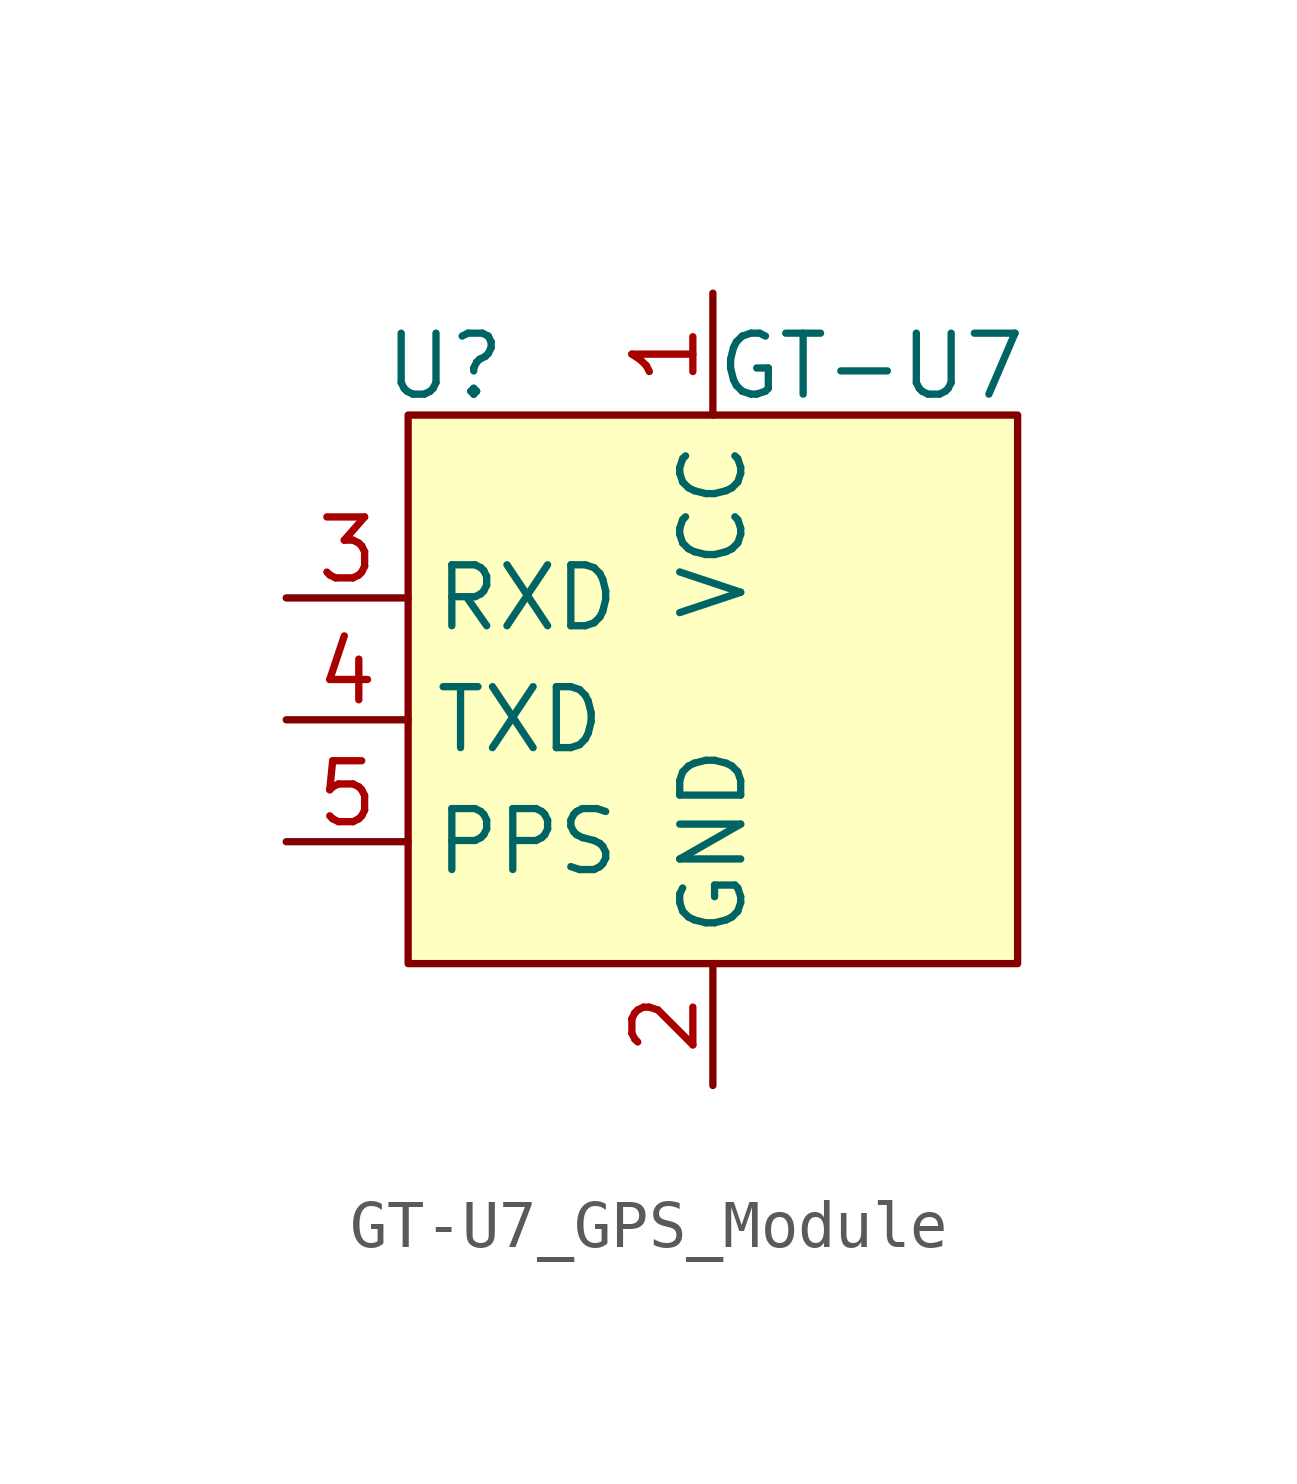
<source format=kicad_sym>
(kicad_symbol_lib
  (version 20231120)
  (generator "kicad_symbol_editor")
  (generator_version "8.0")
  (symbol "GT-U7_GPS_Module"
    (property "Reference" "U"
      (at -5.588 -2.794 0)
      (effects (font (size 1.27 1.27))))
    (property "Value" "GT-U7"
      (at 3.302 -2.794 0)
      (effects (font (size 1.27 1.27))))
    (symbol "GT-U7_GPS_Module_1_1"
      (rectangle (start -6.35 -3.81) (end 6.35 -15.24) (stroke (width 0) (type default)) (fill (type background)))
      (pin power_in line (at 0 -1.27 270) (length 2.54) (name "VCC" (effects (font (size 1.27 1.27)))) (number "1" (effects (font (size 1.27 1.27)))))
      (pin power_in line (at 0 -17.78 90) (length 2.54) (name "GND" (effects (font (size 1.27 1.27)))) (number "2" (effects (font (size 1.27 1.27)))))
      (pin input line (at -8.89 -7.62 0) (length 2.54) (name "RXD" (effects (font (size 1.27 1.27)))) (number "3" (effects (font (size 1.27 1.27)))))
      (pin output line (at -8.89 -10.16 0) (length 2.54) (name "TXD" (effects (font (size 1.27 1.27)))) (number "4" (effects (font (size 1.27 1.27)))))
      (pin output line (at -8.89 -12.7 0) (length 2.54) (name "PPS" (effects (font (size 1.27 1.27)))) (number "5" (effects (font (size 1.27 1.27))))))))
</source>
